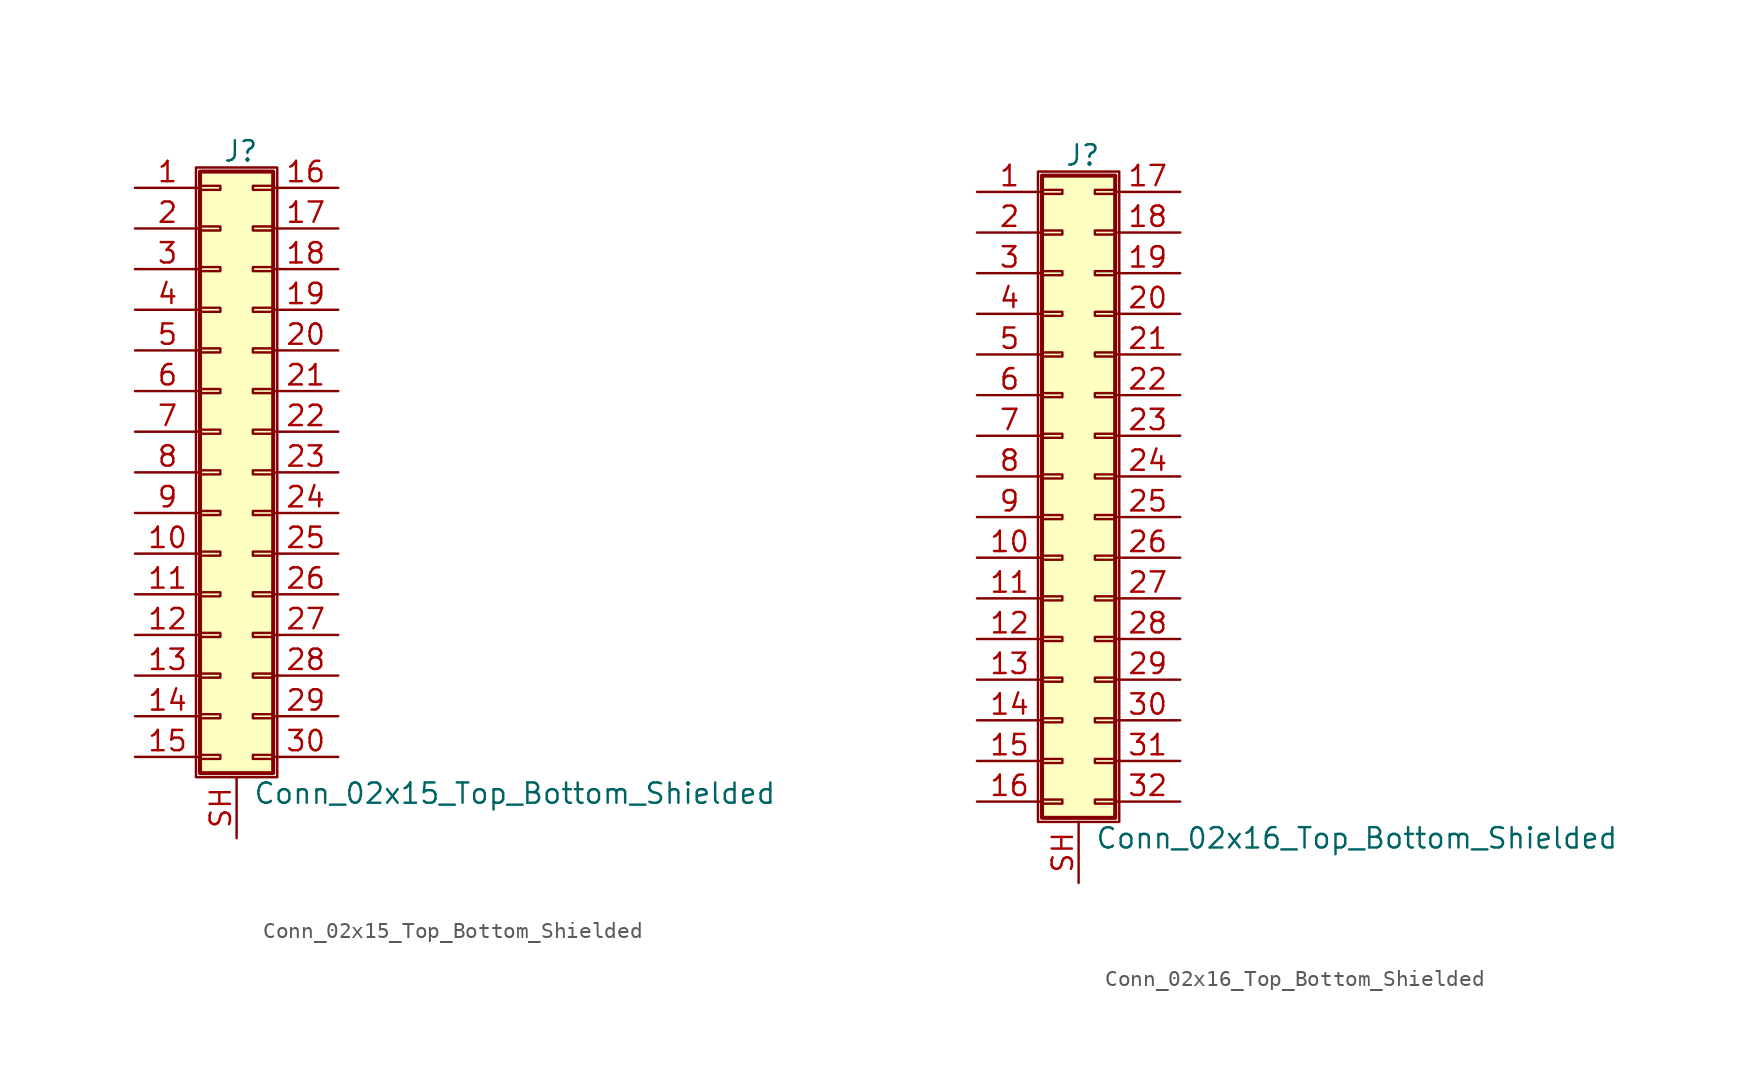
<source format=kicad_sym>
(kicad_symbol_lib
  (version 20201005)
  (generator kicad_symbol_editor)
  (symbol "Conn_02x15_Top_Bottom_Shielded"
    (pin_names
      (offset 1.016) hide)
    (property "Reference" "J"
      (at 1.524 20.066 0)
      (effects (font (size 1.27 1.27))))
    (property "Value" "Conn_02x15_Top_Bottom_Shielded"
      (at 2.286 -20.066 0)
      (effects (font (size 1.27 1.27)) (justify left)))
    (symbol "Conn_02x15_Top_Bottom_Shielded_1_1"
      (rectangle (start -1.27 19.05) (end 3.81 -19.05) (stroke (width 0.152)) (fill (type none)))
      (rectangle (start -1.016 -17.653) (end 0.254 -17.907) (stroke (width 0.152)) (fill (type none)))
      (rectangle (start -1.016 -15.113) (end 0.254 -15.367) (stroke (width 0.152)) (fill (type none)))
      (rectangle (start -1.016 -12.573) (end 0.254 -12.827) (stroke (width 0.152)) (fill (type none)))
      (rectangle (start -1.016 -10.033) (end 0.254 -10.287) (stroke (width 0.152)) (fill (type none)))
      (rectangle (start -1.016 -7.493) (end 0.254 -7.747) (stroke (width 0.152)) (fill (type none)))
      (rectangle (start -1.016 -4.953) (end 0.254 -5.207) (stroke (width 0.152)) (fill (type none)))
      (rectangle (start -1.016 -2.413) (end 0.254 -2.667) (stroke (width 0.152)) (fill (type none)))
      (rectangle (start -1.016 0.127) (end 0.254 -0.127) (stroke (width 0.152)) (fill (type none)))
      (rectangle (start -1.016 2.667) (end 0.254 2.413) (stroke (width 0.152)) (fill (type none)))
      (rectangle (start -1.016 5.207) (end 0.254 4.953) (stroke (width 0.152)) (fill (type none)))
      (rectangle (start -1.016 7.747) (end 0.254 7.493) (stroke (width 0.152)) (fill (type none)))
      (rectangle (start -1.016 10.287) (end 0.254 10.033) (stroke (width 0.152)) (fill (type none)))
      (rectangle (start -1.016 12.827) (end 0.254 12.573) (stroke (width 0.152)) (fill (type none)))
      (rectangle (start -1.016 15.367) (end 0.254 15.113) (stroke (width 0.152)) (fill (type none)))
      (rectangle (start -1.016 17.907) (end 0.254 17.653) (stroke (width 0.152)) (fill (type none)))
      (rectangle (start -1.016 18.796) (end 3.556 -18.796) (stroke (width 0.254)) (fill (type background)))
      (rectangle (start 3.556 -17.653) (end 2.286 -17.907) (stroke (width 0.152)) (fill (type none)))
      (rectangle (start 3.556 -15.113) (end 2.286 -15.367) (stroke (width 0.152)) (fill (type none)))
      (rectangle (start 3.556 -12.573) (end 2.286 -12.827) (stroke (width 0.152)) (fill (type none)))
      (rectangle (start 3.556 -10.033) (end 2.286 -10.287) (stroke (width 0.152)) (fill (type none)))
      (rectangle (start 3.556 -7.493) (end 2.286 -7.747) (stroke (width 0.152)) (fill (type none)))
      (rectangle (start 3.556 -4.953) (end 2.286 -5.207) (stroke (width 0.152)) (fill (type none)))
      (rectangle (start 3.556 -2.413) (end 2.286 -2.667) (stroke (width 0.152)) (fill (type none)))
      (rectangle (start 3.556 0.127) (end 2.286 -0.127) (stroke (width 0.152)) (fill (type none)))
      (rectangle (start 3.556 2.667) (end 2.286 2.413) (stroke (width 0.152)) (fill (type none)))
      (rectangle (start 3.556 5.207) (end 2.286 4.953) (stroke (width 0.152)) (fill (type none)))
      (rectangle (start 3.556 7.747) (end 2.286 7.493) (stroke (width 0.152)) (fill (type none)))
      (rectangle (start 3.556 10.287) (end 2.286 10.033) (stroke (width 0.152)) (fill (type none)))
      (rectangle (start 3.556 12.827) (end 2.286 12.573) (stroke (width 0.152)) (fill (type none)))
      (rectangle (start 3.556 15.367) (end 2.286 15.113) (stroke (width 0.152)) (fill (type none)))
      (rectangle (start 3.556 17.907) (end 2.286 17.653) (stroke (width 0.152)) (fill (type none)))
      (pin passive line (at -5.08 17.78 0) (length 4.064) (name "Pin_1" (effects (font (size 1.27 1.27)))) (number "1" (effects (font (size 1.27 1.27)))))
      (pin passive line (at -5.08 -5.08 0) (length 4.064) (name "Pin_10" (effects (font (size 1.27 1.27)))) (number "10" (effects (font (size 1.27 1.27)))))
      (pin passive line (at -5.08 -7.62 0) (length 4.064) (name "Pin_11" (effects (font (size 1.27 1.27)))) (number "11" (effects (font (size 1.27 1.27)))))
      (pin passive line (at -5.08 -10.16 0) (length 4.064) (name "Pin_12" (effects (font (size 1.27 1.27)))) (number "12" (effects (font (size 1.27 1.27)))))
      (pin passive line (at -5.08 -12.7 0) (length 4.064) (name "Pin_13" (effects (font (size 1.27 1.27)))) (number "13" (effects (font (size 1.27 1.27)))))
      (pin passive line (at -5.08 -15.24 0) (length 4.064) (name "Pin_14" (effects (font (size 1.27 1.27)))) (number "14" (effects (font (size 1.27 1.27)))))
      (pin passive line (at -5.08 -17.78 0) (length 4.064) (name "Pin_15" (effects (font (size 1.27 1.27)))) (number "15" (effects (font (size 1.27 1.27)))))
      (pin passive line (at 7.62 17.78 180) (length 4.064) (name "Pin_16" (effects (font (size 1.27 1.27)))) (number "16" (effects (font (size 1.27 1.27)))))
      (pin passive line (at 7.62 15.24 180) (length 4.064) (name "Pin_17" (effects (font (size 1.27 1.27)))) (number "17" (effects (font (size 1.27 1.27)))))
      (pin passive line (at 7.62 12.7 180) (length 4.064) (name "Pin_18" (effects (font (size 1.27 1.27)))) (number "18" (effects (font (size 1.27 1.27)))))
      (pin passive line (at 7.62 10.16 180) (length 4.064) (name "Pin_19" (effects (font (size 1.27 1.27)))) (number "19" (effects (font (size 1.27 1.27)))))
      (pin passive line (at -5.08 15.24 0) (length 4.064) (name "Pin_2" (effects (font (size 1.27 1.27)))) (number "2" (effects (font (size 1.27 1.27)))))
      (pin passive line (at 7.62 7.62 180) (length 4.064) (name "Pin_20" (effects (font (size 1.27 1.27)))) (number "20" (effects (font (size 1.27 1.27)))))
      (pin passive line (at 7.62 5.08 180) (length 4.064) (name "Pin_21" (effects (font (size 1.27 1.27)))) (number "21" (effects (font (size 1.27 1.27)))))
      (pin passive line (at 7.62 2.54 180) (length 4.064) (name "Pin_22" (effects (font (size 1.27 1.27)))) (number "22" (effects (font (size 1.27 1.27)))))
      (pin passive line (at 7.62 0 180) (length 4.064) (name "Pin_23" (effects (font (size 1.27 1.27)))) (number "23" (effects (font (size 1.27 1.27)))))
      (pin passive line (at 7.62 -2.54 180) (length 4.064) (name "Pin_24" (effects (font (size 1.27 1.27)))) (number "24" (effects (font (size 1.27 1.27)))))
      (pin passive line (at 7.62 -5.08 180) (length 4.064) (name "Pin_25" (effects (font (size 1.27 1.27)))) (number "25" (effects (font (size 1.27 1.27)))))
      (pin passive line (at 7.62 -7.62 180) (length 4.064) (name "Pin_26" (effects (font (size 1.27 1.27)))) (number "26" (effects (font (size 1.27 1.27)))))
      (pin passive line (at 7.62 -10.16 180) (length 4.064) (name "Pin_27" (effects (font (size 1.27 1.27)))) (number "27" (effects (font (size 1.27 1.27)))))
      (pin passive line (at 7.62 -12.7 180) (length 4.064) (name "Pin_28" (effects (font (size 1.27 1.27)))) (number "28" (effects (font (size 1.27 1.27)))))
      (pin passive line (at 7.62 -15.24 180) (length 4.064) (name "Pin_29" (effects (font (size 1.27 1.27)))) (number "29" (effects (font (size 1.27 1.27)))))
      (pin passive line (at -5.08 12.7 0) (length 4.064) (name "Pin_3" (effects (font (size 1.27 1.27)))) (number "3" (effects (font (size 1.27 1.27)))))
      (pin passive line (at 7.62 -17.78 180) (length 4.064) (name "Pin_30" (effects (font (size 1.27 1.27)))) (number "30" (effects (font (size 1.27 1.27)))))
      (pin passive line (at -5.08 10.16 0) (length 4.064) (name "Pin_4" (effects (font (size 1.27 1.27)))) (number "4" (effects (font (size 1.27 1.27)))))
      (pin passive line (at -5.08 7.62 0) (length 4.064) (name "Pin_5" (effects (font (size 1.27 1.27)))) (number "5" (effects (font (size 1.27 1.27)))))
      (pin passive line (at -5.08 5.08 0) (length 4.064) (name "Pin_6" (effects (font (size 1.27 1.27)))) (number "6" (effects (font (size 1.27 1.27)))))
      (pin passive line (at -5.08 2.54 0) (length 4.064) (name "Pin_7" (effects (font (size 1.27 1.27)))) (number "7" (effects (font (size 1.27 1.27)))))
      (pin passive line (at -5.08 0 0) (length 4.064) (name "Pin_8" (effects (font (size 1.27 1.27)))) (number "8" (effects (font (size 1.27 1.27)))))
      (pin passive line (at -5.08 -2.54 0) (length 4.064) (name "Pin_9" (effects (font (size 1.27 1.27)))) (number "9" (effects (font (size 1.27 1.27)))))
      (pin passive line (at 1.27 -22.86 90) (length 3.81) (name "Shield" (effects (font (size 1.27 1.27)))) (number "SH" (effects (font (size 1.27 1.27)))))))
  (symbol "Conn_02x16_Top_Bottom_Shielded"
    (pin_names
      (offset 1.016) hide)
    (property "Reference" "J"
      (at 1.524 20.066 0)
      (effects (font (size 1.27 1.27))))
    (property "Value" "Conn_02x16_Top_Bottom_Shielded"
      (at 2.286 -22.606 0)
      (effects (font (size 1.27 1.27)) (justify left)))
    (symbol "Conn_02x16_Top_Bottom_Shielded_1_1"
      (rectangle (start -1.27 19.05) (end 3.81 -21.59) (stroke (width 0.152)) (fill (type none)))
      (rectangle (start -1.016 -20.193) (end 0.254 -20.447) (stroke (width 0.152)) (fill (type none)))
      (rectangle (start -1.016 -17.653) (end 0.254 -17.907) (stroke (width 0.152)) (fill (type none)))
      (rectangle (start -1.016 -15.113) (end 0.254 -15.367) (stroke (width 0.152)) (fill (type none)))
      (rectangle (start -1.016 -12.573) (end 0.254 -12.827) (stroke (width 0.152)) (fill (type none)))
      (rectangle (start -1.016 -10.033) (end 0.254 -10.287) (stroke (width 0.152)) (fill (type none)))
      (rectangle (start -1.016 -7.493) (end 0.254 -7.747) (stroke (width 0.152)) (fill (type none)))
      (rectangle (start -1.016 -4.953) (end 0.254 -5.207) (stroke (width 0.152)) (fill (type none)))
      (rectangle (start -1.016 -2.413) (end 0.254 -2.667) (stroke (width 0.152)) (fill (type none)))
      (rectangle (start -1.016 0.127) (end 0.254 -0.127) (stroke (width 0.152)) (fill (type none)))
      (rectangle (start -1.016 2.667) (end 0.254 2.413) (stroke (width 0.152)) (fill (type none)))
      (rectangle (start -1.016 5.207) (end 0.254 4.953) (stroke (width 0.152)) (fill (type none)))
      (rectangle (start -1.016 7.747) (end 0.254 7.493) (stroke (width 0.152)) (fill (type none)))
      (rectangle (start -1.016 10.287) (end 0.254 10.033) (stroke (width 0.152)) (fill (type none)))
      (rectangle (start -1.016 12.827) (end 0.254 12.573) (stroke (width 0.152)) (fill (type none)))
      (rectangle (start -1.016 15.367) (end 0.254 15.113) (stroke (width 0.152)) (fill (type none)))
      (rectangle (start -1.016 17.907) (end 0.254 17.653) (stroke (width 0.152)) (fill (type none)))
      (rectangle (start -1.016 18.796) (end 3.556 -21.336) (stroke (width 0.254)) (fill (type background)))
      (rectangle (start 3.556 -20.193) (end 2.286 -20.447) (stroke (width 0.152)) (fill (type none)))
      (rectangle (start 3.556 -17.653) (end 2.286 -17.907) (stroke (width 0.152)) (fill (type none)))
      (rectangle (start 3.556 -15.113) (end 2.286 -15.367) (stroke (width 0.152)) (fill (type none)))
      (rectangle (start 3.556 -12.573) (end 2.286 -12.827) (stroke (width 0.152)) (fill (type none)))
      (rectangle (start 3.556 -10.033) (end 2.286 -10.287) (stroke (width 0.152)) (fill (type none)))
      (rectangle (start 3.556 -7.493) (end 2.286 -7.747) (stroke (width 0.152)) (fill (type none)))
      (rectangle (start 3.556 -4.953) (end 2.286 -5.207) (stroke (width 0.152)) (fill (type none)))
      (rectangle (start 3.556 -2.413) (end 2.286 -2.667) (stroke (width 0.152)) (fill (type none)))
      (rectangle (start 3.556 0.127) (end 2.286 -0.127) (stroke (width 0.152)) (fill (type none)))
      (rectangle (start 3.556 2.667) (end 2.286 2.413) (stroke (width 0.152)) (fill (type none)))
      (rectangle (start 3.556 5.207) (end 2.286 4.953) (stroke (width 0.152)) (fill (type none)))
      (rectangle (start 3.556 7.747) (end 2.286 7.493) (stroke (width 0.152)) (fill (type none)))
      (rectangle (start 3.556 10.287) (end 2.286 10.033) (stroke (width 0.152)) (fill (type none)))
      (rectangle (start 3.556 12.827) (end 2.286 12.573) (stroke (width 0.152)) (fill (type none)))
      (rectangle (start 3.556 15.367) (end 2.286 15.113) (stroke (width 0.152)) (fill (type none)))
      (rectangle (start 3.556 17.907) (end 2.286 17.653) (stroke (width 0.152)) (fill (type none)))
      (pin passive line (at -5.08 17.78 0) (length 4.064) (name "Pin_1" (effects (font (size 1.27 1.27)))) (number "1" (effects (font (size 1.27 1.27)))))
      (pin passive line (at -5.08 -5.08 0) (length 4.064) (name "Pin_10" (effects (font (size 1.27 1.27)))) (number "10" (effects (font (size 1.27 1.27)))))
      (pin passive line (at -5.08 -7.62 0) (length 4.064) (name "Pin_11" (effects (font (size 1.27 1.27)))) (number "11" (effects (font (size 1.27 1.27)))))
      (pin passive line (at -5.08 -10.16 0) (length 4.064) (name "Pin_12" (effects (font (size 1.27 1.27)))) (number "12" (effects (font (size 1.27 1.27)))))
      (pin passive line (at -5.08 -12.7 0) (length 4.064) (name "Pin_13" (effects (font (size 1.27 1.27)))) (number "13" (effects (font (size 1.27 1.27)))))
      (pin passive line (at -5.08 -15.24 0) (length 4.064) (name "Pin_14" (effects (font (size 1.27 1.27)))) (number "14" (effects (font (size 1.27 1.27)))))
      (pin passive line (at -5.08 -17.78 0) (length 4.064) (name "Pin_15" (effects (font (size 1.27 1.27)))) (number "15" (effects (font (size 1.27 1.27)))))
      (pin passive line (at -5.08 -20.32 0) (length 4.064) (name "Pin_16" (effects (font (size 1.27 1.27)))) (number "16" (effects (font (size 1.27 1.27)))))
      (pin passive line (at 7.62 17.78 180) (length 4.064) (name "Pin_17" (effects (font (size 1.27 1.27)))) (number "17" (effects (font (size 1.27 1.27)))))
      (pin passive line (at 7.62 15.24 180) (length 4.064) (name "Pin_18" (effects (font (size 1.27 1.27)))) (number "18" (effects (font (size 1.27 1.27)))))
      (pin passive line (at 7.62 12.7 180) (length 4.064) (name "Pin_19" (effects (font (size 1.27 1.27)))) (number "19" (effects (font (size 1.27 1.27)))))
      (pin passive line (at -5.08 15.24 0) (length 4.064) (name "Pin_2" (effects (font (size 1.27 1.27)))) (number "2" (effects (font (size 1.27 1.27)))))
      (pin passive line (at 7.62 10.16 180) (length 4.064) (name "Pin_20" (effects (font (size 1.27 1.27)))) (number "20" (effects (font (size 1.27 1.27)))))
      (pin passive line (at 7.62 7.62 180) (length 4.064) (name "Pin_21" (effects (font (size 1.27 1.27)))) (number "21" (effects (font (size 1.27 1.27)))))
      (pin passive line (at 7.62 5.08 180) (length 4.064) (name "Pin_22" (effects (font (size 1.27 1.27)))) (number "22" (effects (font (size 1.27 1.27)))))
      (pin passive line (at 7.62 2.54 180) (length 4.064) (name "Pin_23" (effects (font (size 1.27 1.27)))) (number "23" (effects (font (size 1.27 1.27)))))
      (pin passive line (at 7.62 0 180) (length 4.064) (name "Pin_24" (effects (font (size 1.27 1.27)))) (number "24" (effects (font (size 1.27 1.27)))))
      (pin passive line (at 7.62 -2.54 180) (length 4.064) (name "Pin_25" (effects (font (size 1.27 1.27)))) (number "25" (effects (font (size 1.27 1.27)))))
      (pin passive line (at 7.62 -5.08 180) (length 4.064) (name "Pin_26" (effects (font (size 1.27 1.27)))) (number "26" (effects (font (size 1.27 1.27)))))
      (pin passive line (at 7.62 -7.62 180) (length 4.064) (name "Pin_27" (effects (font (size 1.27 1.27)))) (number "27" (effects (font (size 1.27 1.27)))))
      (pin passive line (at 7.62 -10.16 180) (length 4.064) (name "Pin_28" (effects (font (size 1.27 1.27)))) (number "28" (effects (font (size 1.27 1.27)))))
      (pin passive line (at 7.62 -12.7 180) (length 4.064) (name "Pin_29" (effects (font (size 1.27 1.27)))) (number "29" (effects (font (size 1.27 1.27)))))
      (pin passive line (at -5.08 12.7 0) (length 4.064) (name "Pin_3" (effects (font (size 1.27 1.27)))) (number "3" (effects (font (size 1.27 1.27)))))
      (pin passive line (at 7.62 -15.24 180) (length 4.064) (name "Pin_30" (effects (font (size 1.27 1.27)))) (number "30" (effects (font (size 1.27 1.27)))))
      (pin passive line (at 7.62 -17.78 180) (length 4.064) (name "Pin_31" (effects (font (size 1.27 1.27)))) (number "31" (effects (font (size 1.27 1.27)))))
      (pin passive line (at 7.62 -20.32 180) (length 4.064) (name "Pin_32" (effects (font (size 1.27 1.27)))) (number "32" (effects (font (size 1.27 1.27)))))
      (pin passive line (at -5.08 10.16 0) (length 4.064) (name "Pin_4" (effects (font (size 1.27 1.27)))) (number "4" (effects (font (size 1.27 1.27)))))
      (pin passive line (at -5.08 7.62 0) (length 4.064) (name "Pin_5" (effects (font (size 1.27 1.27)))) (number "5" (effects (font (size 1.27 1.27)))))
      (pin passive line (at -5.08 5.08 0) (length 4.064) (name "Pin_6" (effects (font (size 1.27 1.27)))) (number "6" (effects (font (size 1.27 1.27)))))
      (pin passive line (at -5.08 2.54 0) (length 4.064) (name "Pin_7" (effects (font (size 1.27 1.27)))) (number "7" (effects (font (size 1.27 1.27)))))
      (pin passive line (at -5.08 0 0) (length 4.064) (name "Pin_8" (effects (font (size 1.27 1.27)))) (number "8" (effects (font (size 1.27 1.27)))))
      (pin passive line (at -5.08 -2.54 0) (length 4.064) (name "Pin_9" (effects (font (size 1.27 1.27)))) (number "9" (effects (font (size 1.27 1.27)))))
      (pin passive line (at 1.27 -25.4 90) (length 3.81) (name "Shield" (effects (font (size 1.27 1.27)))) (number "SH" (effects (font (size 1.27 1.27))))))))
</source>
